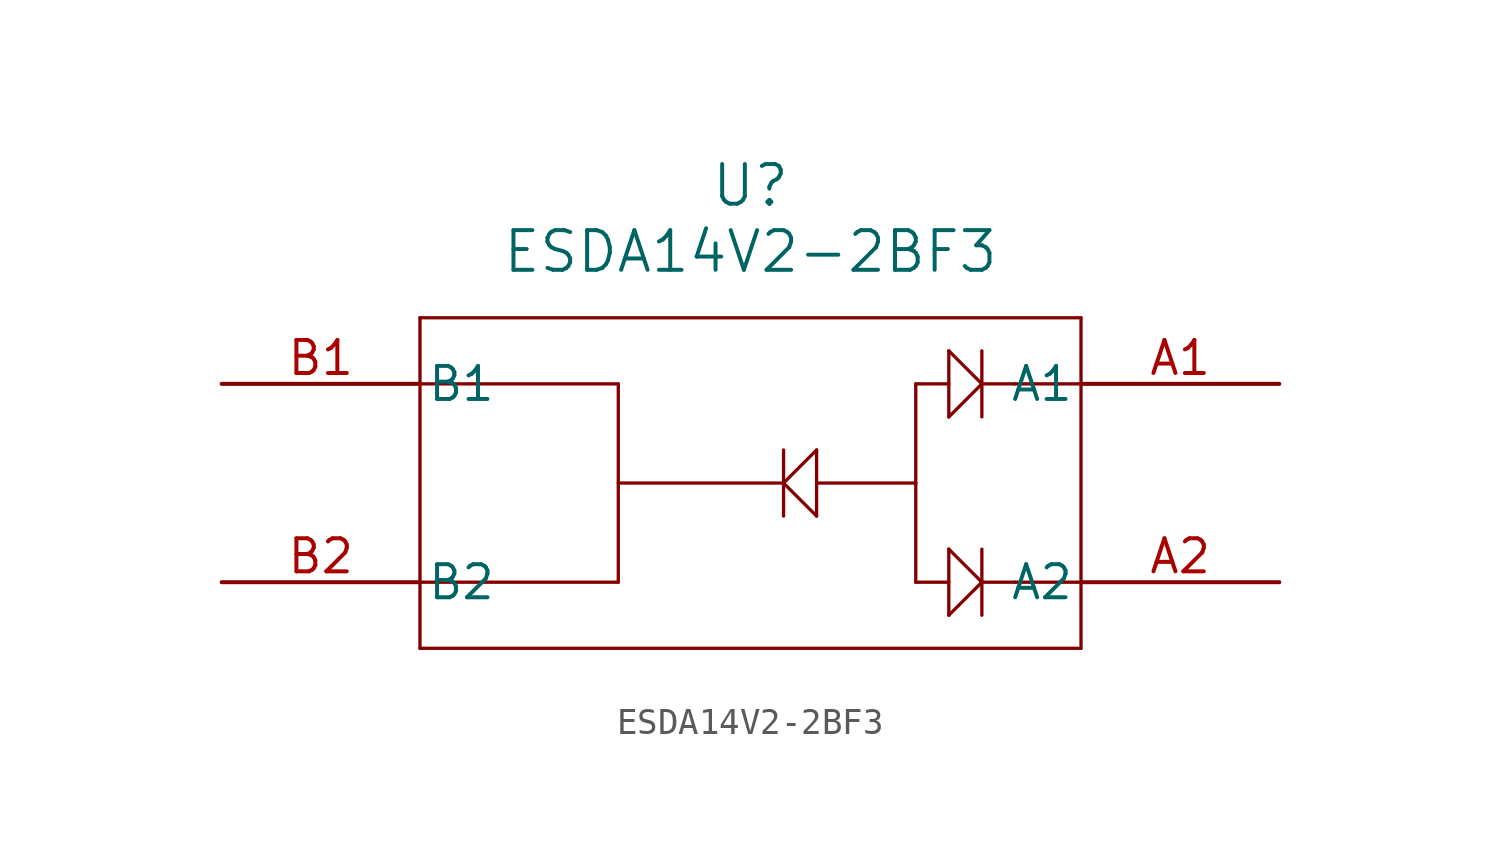
<source format=kicad_sym>
(kicad_symbol_lib
  (version 20211014)
  (generator kicad_symbol_editor)
  (symbol "ESDA14V2-2BF3"
    (pin_names
      (offset 0.254))
    (property "Reference" "U"
      (at 20.32 7.62 0)
      (effects (font (size 1.524 1.524))))
    (property "Value" "ESDA14V2-2BF3"
      (at 20.32 5.08 0)
      (effects (font (size 1.524 1.524))))
    (symbol "ESDA14V2-2BF3_0_1"
      (polyline (pts (xy 7.62 2.54) (xy 7.62 -10.16)) (stroke (width 0.127) (type default) (color 0 0 0 0)) (fill (type none)))
      (polyline (pts (xy 7.62 -10.16) (xy 33.02 -10.16)) (stroke (width 0.127) (type default) (color 0 0 0 0)) (fill (type none)))
      (polyline (pts (xy 33.02 -10.16) (xy 33.02 2.54)) (stroke (width 0.127) (type default) (color 0 0 0 0)) (fill (type none)))
      (polyline (pts (xy 33.02 2.54) (xy 7.62 2.54)) (stroke (width 0.127) (type default) (color 0 0 0 0)) (fill (type none)))
      (polyline (pts (xy 33.02 0) (xy 30.48 0)) (stroke (width 0.127) (type default) (color 0 0 0 0)) (fill (type none)))
      (polyline (pts (xy 33.02 -7.62) (xy 30.48 -7.62)) (stroke (width 0.127) (type default) (color 0 0 0 0)) (fill (type none)))
      (polyline (pts (xy 7.62 -7.62) (xy 15.24 -7.62)) (stroke (width 0.127) (type default) (color 0 0 0 0)) (fill (type none)))
      (polyline (pts (xy 15.24 -7.62) (xy 15.24 0)) (stroke (width 0.127) (type default) (color 0 0 0 0)) (fill (type none)))
      (polyline (pts (xy 15.24 0) (xy 7.62 0)) (stroke (width 0.127) (type default) (color 0 0 0 0)) (fill (type none)))
      (polyline (pts (xy 15.24 -3.81) (xy 21.59 -3.81)) (stroke (width 0.127) (type default) (color 0 0 0 0)) (fill (type none)))
      (polyline (pts (xy 21.59 -2.54) (xy 21.59 -5.08)) (stroke (width 0.127) (type default) (color 0 0 0 0)) (fill (type none)))
      (polyline (pts (xy 21.59 -3.81) (xy 22.86 -2.54)) (stroke (width 0.127) (type default) (color 0 0 0 0)) (fill (type none)))
      (polyline (pts (xy 22.86 -2.54) (xy 22.86 -5.08)) (stroke (width 0.127) (type default) (color 0 0 0 0)) (fill (type none)))
      (polyline (pts (xy 22.86 -5.08) (xy 21.59 -3.81)) (stroke (width 0.127) (type default) (color 0 0 0 0)) (fill (type none)))
      (polyline (pts (xy 22.86 -3.81) (xy 26.67 -3.81)) (stroke (width 0.127) (type default) (color 0 0 0 0)) (fill (type none)))
      (polyline (pts (xy 26.67 -3.81) (xy 26.67 0)) (stroke (width 0.127) (type default) (color 0 0 0 0)) (fill (type none)))
      (polyline (pts (xy 26.67 0) (xy 27.94 0)) (stroke (width 0.127) (type default) (color 0 0 0 0)) (fill (type none)))
      (polyline (pts (xy 26.67 -3.81) (xy 26.67 -7.62)) (stroke (width 0.127) (type default) (color 0 0 0 0)) (fill (type none)))
      (polyline (pts (xy 26.67 -7.62) (xy 27.94 -7.62)) (stroke (width 0.127) (type default) (color 0 0 0 0)) (fill (type none)))
      (polyline (pts (xy 27.94 -1.27) (xy 27.94 1.27)) (stroke (width 0.127) (type default) (color 0 0 0 0)) (fill (type none)))
      (polyline (pts (xy 27.94 1.27) (xy 29.21 0)) (stroke (width 0.127) (type default) (color 0 0 0 0)) (fill (type none)))
      (polyline (pts (xy 27.94 -1.27) (xy 29.21 0)) (stroke (width 0.127) (type default) (color 0 0 0 0)) (fill (type none)))
      (polyline (pts (xy 29.21 -1.27) (xy 29.21 1.27)) (stroke (width 0.127) (type default) (color 0 0 0 0)) (fill (type none)))
      (polyline (pts (xy 29.21 0) (xy 30.48 0)) (stroke (width 0.127) (type default) (color 0 0 0 0)) (fill (type none)))
      (polyline (pts (xy 27.94 -6.35) (xy 27.94 -8.89)) (stroke (width 0.127) (type default) (color 0 0 0 0)) (fill (type none)))
      (polyline (pts (xy 27.94 -8.89) (xy 29.21 -7.62)) (stroke (width 0.127) (type default) (color 0 0 0 0)) (fill (type none)))
      (polyline (pts (xy 27.94 -6.35) (xy 29.21 -7.62)) (stroke (width 0.127) (type default) (color 0 0 0 0)) (fill (type none)))
      (polyline (pts (xy 29.21 -8.89) (xy 29.21 -6.35)) (stroke (width 0.127) (type default) (color 0 0 0 0)) (fill (type none)))
      (polyline (pts (xy 29.21 -7.62) (xy 30.48 -7.62)) (stroke (width 0.127) (type default) (color 0 0 0 0)) (fill (type none)))
      (pin unspecified line (at 40.64 0 180) (length 7.62) (name "A1" (effects (font (size 1.27 1.27)))) (number "A1" (effects (font (size 1.27 1.27)))))
      (pin unspecified line (at 40.64 -7.62 180) (length 7.62) (name "A2" (effects (font (size 1.27 1.27)))) (number "A2" (effects (font (size 1.27 1.27)))))
      (pin unspecified line (at 0 0 0) (length 7.62) (name "B1" (effects (font (size 1.27 1.27)))) (number "B1" (effects (font (size 1.27 1.27)))))
      (pin unspecified line (at 0 -7.62 0) (length 7.62) (name "B2" (effects (font (size 1.27 1.27)))) (number "B2" (effects (font (size 1.27 1.27))))))))
</source>
